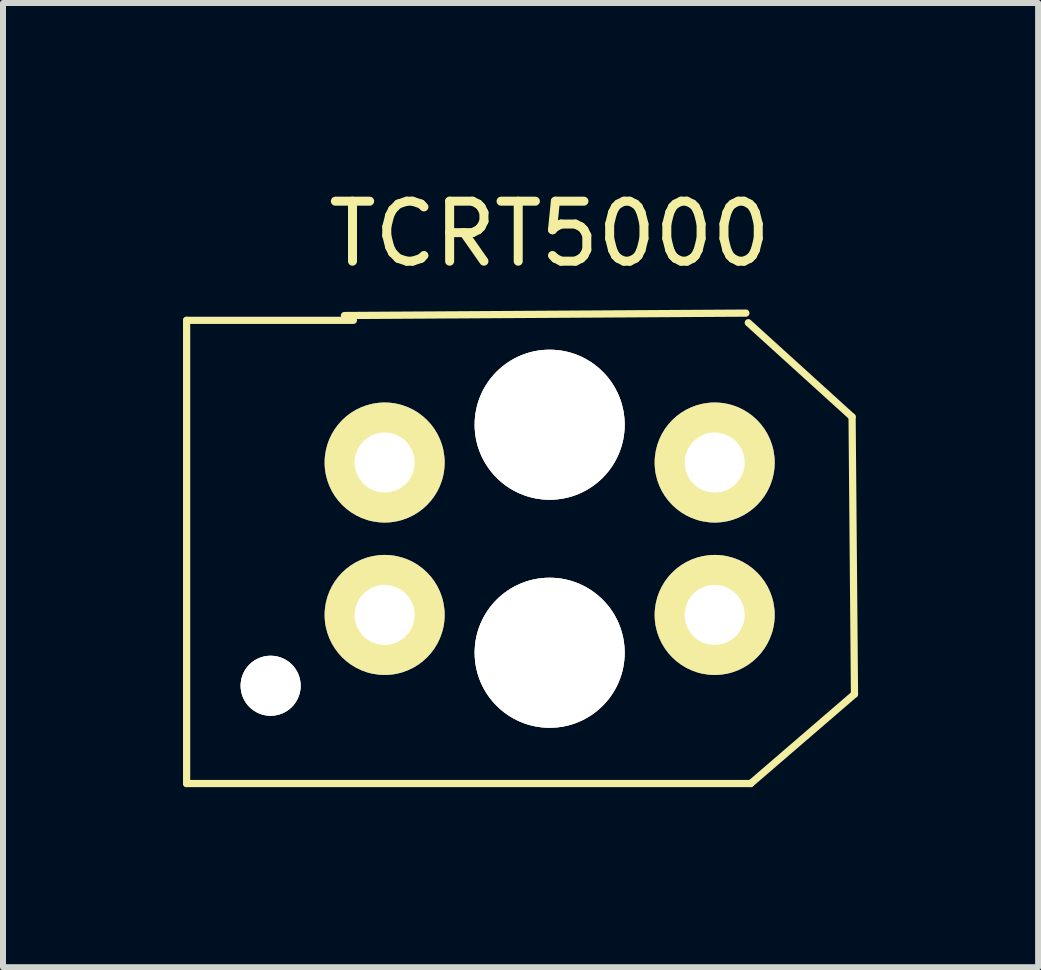
<source format=kicad_pcb>
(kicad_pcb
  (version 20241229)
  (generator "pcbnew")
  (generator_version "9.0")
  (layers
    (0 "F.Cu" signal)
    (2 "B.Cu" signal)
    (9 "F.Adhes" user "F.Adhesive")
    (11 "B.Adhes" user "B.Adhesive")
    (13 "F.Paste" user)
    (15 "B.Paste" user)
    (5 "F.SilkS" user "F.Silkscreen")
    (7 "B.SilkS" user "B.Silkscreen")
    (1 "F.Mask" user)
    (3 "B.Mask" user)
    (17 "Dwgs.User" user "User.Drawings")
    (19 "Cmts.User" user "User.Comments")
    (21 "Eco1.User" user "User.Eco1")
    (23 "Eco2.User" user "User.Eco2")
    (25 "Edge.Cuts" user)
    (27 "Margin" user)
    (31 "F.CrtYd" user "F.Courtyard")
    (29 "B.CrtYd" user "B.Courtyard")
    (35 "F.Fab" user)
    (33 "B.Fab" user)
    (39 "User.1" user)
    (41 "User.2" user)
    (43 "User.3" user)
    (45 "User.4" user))
  (footprint "TCRT5000"
    (layer "F.Cu")
    (at 6.11 5.928)
    (property "Reference" "TCRT5000" (at 0 -5.08 0) (layer "F.SilkS") (effects (font (size 1 1) (thickness 0.15))))
    (attr through_hole)
    (fp_line (start -6.05 -3.64) (end -3.27 -3.64) (stroke (width 0.12) (type solid)) (layer "F.SilkS"))
    (fp_line (start -6.05 4.08) (end -6.05 -3.64) (stroke (width 0.12) (type solid)) (layer "F.SilkS"))
    (fp_line (start -3.42 -3.72) (end 3.27 -3.76) (stroke (width 0.12) (type solid)) (layer "F.SilkS"))
    (fp_line (start 3.31 -3.6) (end 5.04 -2.03) (stroke (width 0.12) (type solid)) (layer "F.SilkS"))
    (fp_line (start 3.35 4.08) (end -6.05 4.08) (stroke (width 0.12) (type solid)) (layer "F.SilkS"))
    (fp_line (start 5.04 -2.03) (end 5.08 2.59) (stroke (width 0.12) (type solid)) (layer "F.SilkS"))
    (fp_line (start 5.08 2.59) (end 3.35 4.08) (stroke (width 0.12) (type solid)) (layer "F.SilkS"))
    (pad "1" thru_hole circle (at 2.75 -1.27) (size 2 2) (drill 1) (layers "*.Cu" "*.Mask" "F.SilkS"))
    (pad "2" thru_hole circle (at 2.75 1.27) (size 2 2) (drill 1) (layers "*.Cu" "*.Mask" "F.SilkS"))
    (pad "3" thru_hole circle (at -2.75 -1.27) (size 2 2) (drill 1) (layers "*.Cu" "*.Mask" "F.SilkS"))
    (pad "4" thru_hole circle (at -2.75 1.27) (size 2 2) (drill 1) (layers "*.Cu" "*.Mask" "F.SilkS"))
    (pad "hole" thru_hole circle (at -4.65 2.45) (size 1 1) (drill 1) (layers "*.Cu" "*.Mask" "F.SilkS"))
    (pad "hole" thru_hole circle (at 0 -1.9) (size 2.5 2.5) (drill 2.5) (layers "*.Cu" "*.Mask" "F.SilkS"))
    (pad "hole" thru_hole circle (at 0 1.9) (size 2.5 2.5) (drill 2.5) (layers "*.Cu" "*.Mask" "F.SilkS")))
  (gr_rect
    (start -3 -3)
    (end 14.25 13.068)
    (stroke (width 0.1) (type default))
    (fill no)
    (layer "Edge.Cuts")))
</source>
